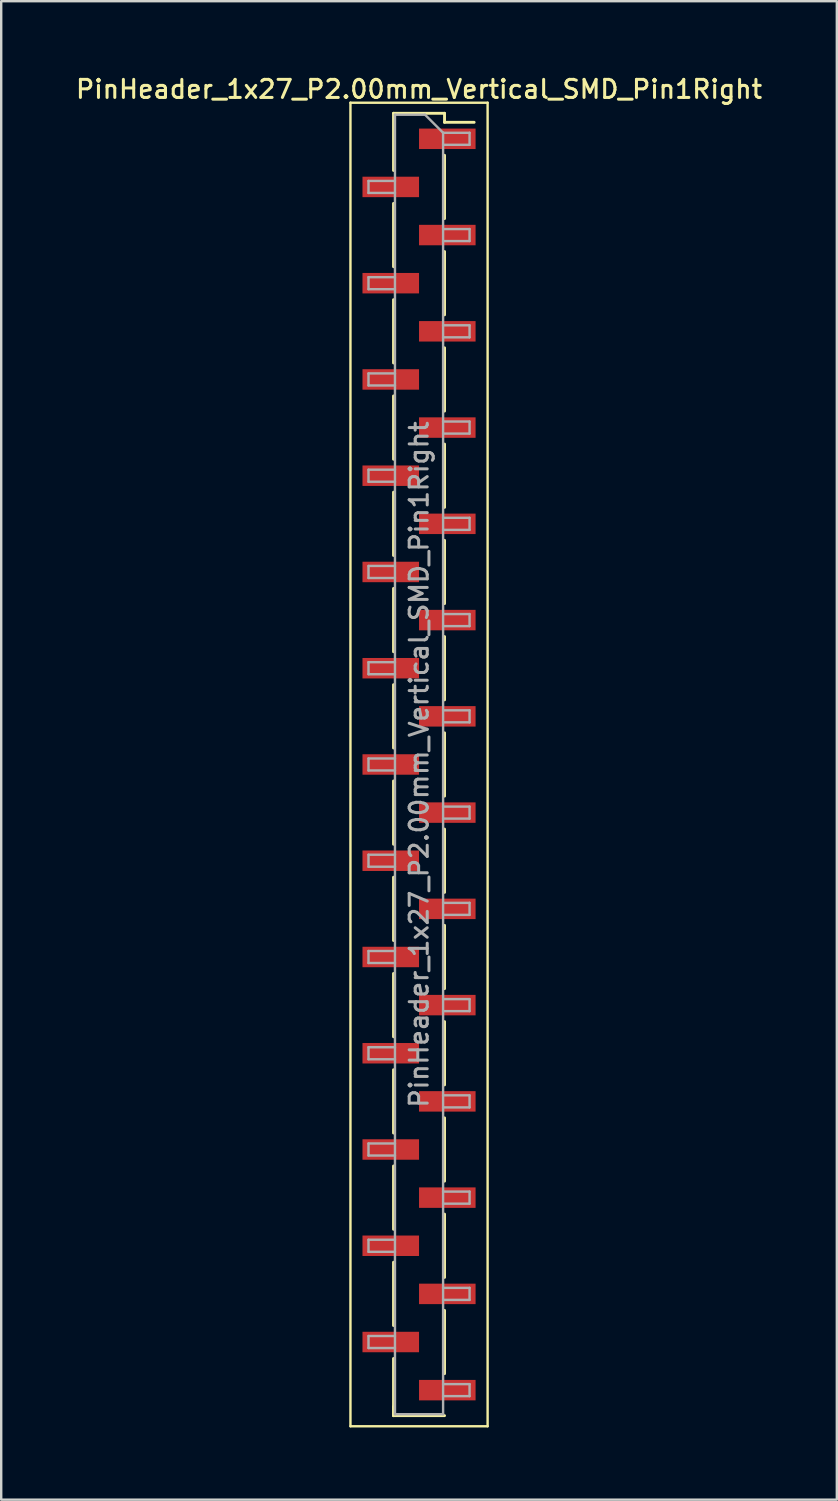
<source format=kicad_pcb>
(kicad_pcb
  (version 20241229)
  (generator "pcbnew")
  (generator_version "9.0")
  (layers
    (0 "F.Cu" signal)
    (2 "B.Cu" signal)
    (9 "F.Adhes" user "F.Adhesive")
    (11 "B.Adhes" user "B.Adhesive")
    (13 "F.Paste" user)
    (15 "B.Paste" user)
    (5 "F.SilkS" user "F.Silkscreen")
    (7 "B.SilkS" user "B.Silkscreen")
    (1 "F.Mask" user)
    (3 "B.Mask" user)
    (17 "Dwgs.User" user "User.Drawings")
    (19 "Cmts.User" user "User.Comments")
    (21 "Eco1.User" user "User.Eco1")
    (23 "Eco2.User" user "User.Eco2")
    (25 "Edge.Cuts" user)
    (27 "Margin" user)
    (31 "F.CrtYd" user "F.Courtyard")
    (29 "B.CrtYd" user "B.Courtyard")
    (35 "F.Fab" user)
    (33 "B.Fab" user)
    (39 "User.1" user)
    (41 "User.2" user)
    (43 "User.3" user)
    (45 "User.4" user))
  (footprint "PinHeader_1x27_P2.00mm_Vertical_SMD_Pin1Right"
    (layer "F.Cu")
    (at 14.363 28.718)
    (property "Reference" "PinHeader_1x27_P2.00mm_Vertical_SMD_Pin1Right" (at 0 -28.06 0) (layer "F.SilkS") (effects (font (size 0.75 0.75) (thickness 0.125))))
    (attr smd)
    (fp_line (start -2.85 -27.5) (end -2.85 27.5) (stroke (width 0.1) (type solid)) (layer "F.SilkS"))
    (fp_line (start -2.85 27.5) (end 2.85 27.5) (stroke (width 0.1) (type solid)) (layer "F.SilkS"))
    (fp_line (start -1.06 -27.06) (end -1.06 -24.685) (stroke (width 0.12) (type solid)) (layer "F.SilkS"))
    (fp_line (start -1.06 -27.06) (end 1.06 -27.06) (stroke (width 0.12) (type solid)) (layer "F.SilkS"))
    (fp_line (start -1.06 -23.315) (end -1.06 -20.685) (stroke (width 0.12) (type solid)) (layer "F.SilkS"))
    (fp_line (start -1.06 -19.315) (end -1.06 -16.685) (stroke (width 0.12) (type solid)) (layer "F.SilkS"))
    (fp_line (start -1.06 -15.315) (end -1.06 -12.685) (stroke (width 0.12) (type solid)) (layer "F.SilkS"))
    (fp_line (start -1.06 -11.315) (end -1.06 -8.685) (stroke (width 0.12) (type solid)) (layer "F.SilkS"))
    (fp_line (start -1.06 -7.315) (end -1.06 -4.685) (stroke (width 0.12) (type solid)) (layer "F.SilkS"))
    (fp_line (start -1.06 -3.315) (end -1.06 -0.685) (stroke (width 0.12) (type solid)) (layer "F.SilkS"))
    (fp_line (start -1.06 0.685) (end -1.06 3.315) (stroke (width 0.12) (type solid)) (layer "F.SilkS"))
    (fp_line (start -1.06 4.685) (end -1.06 7.315) (stroke (width 0.12) (type solid)) (layer "F.SilkS"))
    (fp_line (start -1.06 8.685) (end -1.06 11.315) (stroke (width 0.12) (type solid)) (layer "F.SilkS"))
    (fp_line (start -1.06 12.685) (end -1.06 15.315) (stroke (width 0.12) (type solid)) (layer "F.SilkS"))
    (fp_line (start -1.06 16.685) (end -1.06 19.315) (stroke (width 0.12) (type solid)) (layer "F.SilkS"))
    (fp_line (start -1.06 20.685) (end -1.06 23.315) (stroke (width 0.12) (type solid)) (layer "F.SilkS"))
    (fp_line (start -1.06 24.685) (end -1.06 27.06) (stroke (width 0.12) (type solid)) (layer "F.SilkS"))
    (fp_line (start -1.06 26.685) (end -1.06 27.06) (stroke (width 0.12) (type solid)) (layer "F.SilkS"))
    (fp_line (start -1.06 27.06) (end 1.06 27.06) (stroke (width 0.12) (type solid)) (layer "F.SilkS"))
    (fp_line (start 1.06 -27.06) (end 1.06 -26.685) (stroke (width 0.12) (type solid)) (layer "F.SilkS"))
    (fp_line (start 1.06 -26.685) (end 2.29 -26.685) (stroke (width 0.12) (type solid)) (layer "F.SilkS"))
    (fp_line (start 1.06 -25.315) (end 1.06 -22.685) (stroke (width 0.12) (type solid)) (layer "F.SilkS"))
    (fp_line (start 1.06 -21.315) (end 1.06 -18.685) (stroke (width 0.12) (type solid)) (layer "F.SilkS"))
    (fp_line (start 1.06 -17.315) (end 1.06 -14.685) (stroke (width 0.12) (type solid)) (layer "F.SilkS"))
    (fp_line (start 1.06 -13.315) (end 1.06 -10.685) (stroke (width 0.12) (type solid)) (layer "F.SilkS"))
    (fp_line (start 1.06 -9.315) (end 1.06 -6.685) (stroke (width 0.12) (type solid)) (layer "F.SilkS"))
    (fp_line (start 1.06 -5.315) (end 1.06 -2.685) (stroke (width 0.12) (type solid)) (layer "F.SilkS"))
    (fp_line (start 1.06 -1.315) (end 1.06 1.315) (stroke (width 0.12) (type solid)) (layer "F.SilkS"))
    (fp_line (start 1.06 2.685) (end 1.06 5.315) (stroke (width 0.12) (type solid)) (layer "F.SilkS"))
    (fp_line (start 1.06 6.685) (end 1.06 9.315) (stroke (width 0.12) (type solid)) (layer "F.SilkS"))
    (fp_line (start 1.06 10.685) (end 1.06 13.315) (stroke (width 0.12) (type solid)) (layer "F.SilkS"))
    (fp_line (start 1.06 14.685) (end 1.06 17.315) (stroke (width 0.12) (type solid)) (layer "F.SilkS"))
    (fp_line (start 1.06 18.685) (end 1.06 21.315) (stroke (width 0.12) (type solid)) (layer "F.SilkS"))
    (fp_line (start 1.06 22.685) (end 1.06 25.315) (stroke (width 0.12) (type solid)) (layer "F.SilkS"))
    (fp_line (start 2.85 -27.5) (end -2.85 -27.5) (stroke (width 0.1) (type solid)) (layer "F.SilkS"))
    (fp_line (start 2.85 27.5) (end 2.85 -27.5) (stroke (width 0.1) (type solid)) (layer "F.SilkS"))
    (fp_line (start -2.1 -24.25) (end -2.1 -23.75) (stroke (width 0.1) (type solid)) (layer "F.Fab"))
    (fp_line (start -2.1 -23.75) (end -1 -23.75) (stroke (width 0.1) (type solid)) (layer "F.Fab"))
    (fp_line (start -2.1 -20.25) (end -2.1 -19.75) (stroke (width 0.1) (type solid)) (layer "F.Fab"))
    (fp_line (start -2.1 -19.75) (end -1 -19.75) (stroke (width 0.1) (type solid)) (layer "F.Fab"))
    (fp_line (start -2.1 -16.25) (end -2.1 -15.75) (stroke (width 0.1) (type solid)) (layer "F.Fab"))
    (fp_line (start -2.1 -15.75) (end -1 -15.75) (stroke (width 0.1) (type solid)) (layer "F.Fab"))
    (fp_line (start -2.1 -12.25) (end -2.1 -11.75) (stroke (width 0.1) (type solid)) (layer "F.Fab"))
    (fp_line (start -2.1 -11.75) (end -1 -11.75) (stroke (width 0.1) (type solid)) (layer "F.Fab"))
    (fp_line (start -2.1 -8.25) (end -2.1 -7.75) (stroke (width 0.1) (type solid)) (layer "F.Fab"))
    (fp_line (start -2.1 -7.75) (end -1 -7.75) (stroke (width 0.1) (type solid)) (layer "F.Fab"))
    (fp_line (start -2.1 -4.25) (end -2.1 -3.75) (stroke (width 0.1) (type solid)) (layer "F.Fab"))
    (fp_line (start -2.1 -3.75) (end -1 -3.75) (stroke (width 0.1) (type solid)) (layer "F.Fab"))
    (fp_line (start -2.1 -0.25) (end -2.1 0.25) (stroke (width 0.1) (type solid)) (layer "F.Fab"))
    (fp_line (start -2.1 0.25) (end -1 0.25) (stroke (width 0.1) (type solid)) (layer "F.Fab"))
    (fp_line (start -2.1 3.75) (end -2.1 4.25) (stroke (width 0.1) (type solid)) (layer "F.Fab"))
    (fp_line (start -2.1 4.25) (end -1 4.25) (stroke (width 0.1) (type solid)) (layer "F.Fab"))
    (fp_line (start -2.1 7.75) (end -2.1 8.25) (stroke (width 0.1) (type solid)) (layer "F.Fab"))
    (fp_line (start -2.1 8.25) (end -1 8.25) (stroke (width 0.1) (type solid)) (layer "F.Fab"))
    (fp_line (start -2.1 11.75) (end -2.1 12.25) (stroke (width 0.1) (type solid)) (layer "F.Fab"))
    (fp_line (start -2.1 12.25) (end -1 12.25) (stroke (width 0.1) (type solid)) (layer "F.Fab"))
    (fp_line (start -2.1 15.75) (end -2.1 16.25) (stroke (width 0.1) (type solid)) (layer "F.Fab"))
    (fp_line (start -2.1 16.25) (end -1 16.25) (stroke (width 0.1) (type solid)) (layer "F.Fab"))
    (fp_line (start -2.1 19.75) (end -2.1 20.25) (stroke (width 0.1) (type solid)) (layer "F.Fab"))
    (fp_line (start -2.1 20.25) (end -1 20.25) (stroke (width 0.1) (type solid)) (layer "F.Fab"))
    (fp_line (start -2.1 23.75) (end -2.1 24.25) (stroke (width 0.1) (type solid)) (layer "F.Fab"))
    (fp_line (start -2.1 24.25) (end -1 24.25) (stroke (width 0.1) (type solid)) (layer "F.Fab"))
    (fp_line (start -1 -27) (end -1 27) (stroke (width 0.1) (type solid)) (layer "F.Fab"))
    (fp_line (start -1 -27) (end 0.25 -27) (stroke (width 0.1) (type solid)) (layer "F.Fab"))
    (fp_line (start -1 -24.25) (end -2.1 -24.25) (stroke (width 0.1) (type solid)) (layer "F.Fab"))
    (fp_line (start -1 -20.25) (end -2.1 -20.25) (stroke (width 0.1) (type solid)) (layer "F.Fab"))
    (fp_line (start -1 -16.25) (end -2.1 -16.25) (stroke (width 0.1) (type solid)) (layer "F.Fab"))
    (fp_line (start -1 -12.25) (end -2.1 -12.25) (stroke (width 0.1) (type solid)) (layer "F.Fab"))
    (fp_line (start -1 -8.25) (end -2.1 -8.25) (stroke (width 0.1) (type solid)) (layer "F.Fab"))
    (fp_line (start -1 -4.25) (end -2.1 -4.25) (stroke (width 0.1) (type solid)) (layer "F.Fab"))
    (fp_line (start -1 -0.25) (end -2.1 -0.25) (stroke (width 0.1) (type solid)) (layer "F.Fab"))
    (fp_line (start -1 3.75) (end -2.1 3.75) (stroke (width 0.1) (type solid)) (layer "F.Fab"))
    (fp_line (start -1 7.75) (end -2.1 7.75) (stroke (width 0.1) (type solid)) (layer "F.Fab"))
    (fp_line (start -1 11.75) (end -2.1 11.75) (stroke (width 0.1) (type solid)) (layer "F.Fab"))
    (fp_line (start -1 15.75) (end -2.1 15.75) (stroke (width 0.1) (type solid)) (layer "F.Fab"))
    (fp_line (start -1 19.75) (end -2.1 19.75) (stroke (width 0.1) (type solid)) (layer "F.Fab"))
    (fp_line (start -1 23.75) (end -2.1 23.75) (stroke (width 0.1) (type solid)) (layer "F.Fab"))
    (fp_line (start 1 -26.25) (end 0.25 -27) (stroke (width 0.1) (type solid)) (layer "F.Fab"))
    (fp_line (start 1 -26.25) (end 2.1 -26.25) (stroke (width 0.1) (type solid)) (layer "F.Fab"))
    (fp_line (start 1 -22.25) (end 2.1 -22.25) (stroke (width 0.1) (type solid)) (layer "F.Fab"))
    (fp_line (start 1 -18.25) (end 2.1 -18.25) (stroke (width 0.1) (type solid)) (layer "F.Fab"))
    (fp_line (start 1 -14.25) (end 2.1 -14.25) (stroke (width 0.1) (type solid)) (layer "F.Fab"))
    (fp_line (start 1 -10.25) (end 2.1 -10.25) (stroke (width 0.1) (type solid)) (layer "F.Fab"))
    (fp_line (start 1 -6.25) (end 2.1 -6.25) (stroke (width 0.1) (type solid)) (layer "F.Fab"))
    (fp_line (start 1 -2.25) (end 2.1 -2.25) (stroke (width 0.1) (type solid)) (layer "F.Fab"))
    (fp_line (start 1 1.75) (end 2.1 1.75) (stroke (width 0.1) (type solid)) (layer "F.Fab"))
    (fp_line (start 1 5.75) (end 2.1 5.75) (stroke (width 0.1) (type solid)) (layer "F.Fab"))
    (fp_line (start 1 9.75) (end 2.1 9.75) (stroke (width 0.1) (type solid)) (layer "F.Fab"))
    (fp_line (start 1 13.75) (end 2.1 13.75) (stroke (width 0.1) (type solid)) (layer "F.Fab"))
    (fp_line (start 1 17.75) (end 2.1 17.75) (stroke (width 0.1) (type solid)) (layer "F.Fab"))
    (fp_line (start 1 21.75) (end 2.1 21.75) (stroke (width 0.1) (type solid)) (layer "F.Fab"))
    (fp_line (start 1 25.75) (end 2.1 25.75) (stroke (width 0.1) (type solid)) (layer "F.Fab"))
    (fp_line (start 1 27) (end -1 27) (stroke (width 0.1) (type solid)) (layer "F.Fab"))
    (fp_line (start 1 27) (end 1 -26.25) (stroke (width 0.1) (type solid)) (layer "F.Fab"))
    (fp_line (start 2.1 -26.25) (end 2.1 -25.75) (stroke (width 0.1) (type solid)) (layer "F.Fab"))
    (fp_line (start 2.1 -25.75) (end 1 -25.75) (stroke (width 0.1) (type solid)) (layer "F.Fab"))
    (fp_line (start 2.1 -22.25) (end 2.1 -21.75) (stroke (width 0.1) (type solid)) (layer "F.Fab"))
    (fp_line (start 2.1 -21.75) (end 1 -21.75) (stroke (width 0.1) (type solid)) (layer "F.Fab"))
    (fp_line (start 2.1 -18.25) (end 2.1 -17.75) (stroke (width 0.1) (type solid)) (layer "F.Fab"))
    (fp_line (start 2.1 -17.75) (end 1 -17.75) (stroke (width 0.1) (type solid)) (layer "F.Fab"))
    (fp_line (start 2.1 -14.25) (end 2.1 -13.75) (stroke (width 0.1) (type solid)) (layer "F.Fab"))
    (fp_line (start 2.1 -13.75) (end 1 -13.75) (stroke (width 0.1) (type solid)) (layer "F.Fab"))
    (fp_line (start 2.1 -10.25) (end 2.1 -9.75) (stroke (width 0.1) (type solid)) (layer "F.Fab"))
    (fp_line (start 2.1 -9.75) (end 1 -9.75) (stroke (width 0.1) (type solid)) (layer "F.Fab"))
    (fp_line (start 2.1 -6.25) (end 2.1 -5.75) (stroke (width 0.1) (type solid)) (layer "F.Fab"))
    (fp_line (start 2.1 -5.75) (end 1 -5.75) (stroke (width 0.1) (type solid)) (layer "F.Fab"))
    (fp_line (start 2.1 -2.25) (end 2.1 -1.75) (stroke (width 0.1) (type solid)) (layer "F.Fab"))
    (fp_line (start 2.1 -1.75) (end 1 -1.75) (stroke (width 0.1) (type solid)) (layer "F.Fab"))
    (fp_line (start 2.1 1.75) (end 2.1 2.25) (stroke (width 0.1) (type solid)) (layer "F.Fab"))
    (fp_line (start 2.1 2.25) (end 1 2.25) (stroke (width 0.1) (type solid)) (layer "F.Fab"))
    (fp_line (start 2.1 5.75) (end 2.1 6.25) (stroke (width 0.1) (type solid)) (layer "F.Fab"))
    (fp_line (start 2.1 6.25) (end 1 6.25) (stroke (width 0.1) (type solid)) (layer "F.Fab"))
    (fp_line (start 2.1 9.75) (end 2.1 10.25) (stroke (width 0.1) (type solid)) (layer "F.Fab"))
    (fp_line (start 2.1 10.25) (end 1 10.25) (stroke (width 0.1) (type solid)) (layer "F.Fab"))
    (fp_line (start 2.1 13.75) (end 2.1 14.25) (stroke (width 0.1) (type solid)) (layer "F.Fab"))
    (fp_line (start 2.1 14.25) (end 1 14.25) (stroke (width 0.1) (type solid)) (layer "F.Fab"))
    (fp_line (start 2.1 17.75) (end 2.1 18.25) (stroke (width 0.1) (type solid)) (layer "F.Fab"))
    (fp_line (start 2.1 18.25) (end 1 18.25) (stroke (width 0.1) (type solid)) (layer "F.Fab"))
    (fp_line (start 2.1 21.75) (end 2.1 22.25) (stroke (width 0.1) (type solid)) (layer "F.Fab"))
    (fp_line (start 2.1 22.25) (end 1 22.25) (stroke (width 0.1) (type solid)) (layer "F.Fab"))
    (fp_line (start 2.1 25.75) (end 2.1 26.25) (stroke (width 0.1) (type solid)) (layer "F.Fab"))
    (fp_line (start 2.1 26.25) (end 1 26.25) (stroke (width 0.1) (type solid)) (layer "F.Fab"))
    (fp_text user "${REFERENCE}" (at 0 0 90) (layer "F.Fab") (effects (font (size 0.75 0.75) (thickness 0.125))))
    (pad "1" smd rect (at 1.175 -26) (size 2.35 0.85) (layers "F.Cu" "F.Mask" "F.Paste"))
    (pad "2" smd rect (at -1.175 -24) (size 2.35 0.85) (layers "F.Cu" "F.Mask" "F.Paste"))
    (pad "3" smd rect (at 1.175 -22) (size 2.35 0.85) (layers "F.Cu" "F.Mask" "F.Paste"))
    (pad "4" smd rect (at -1.175 -20) (size 2.35 0.85) (layers "F.Cu" "F.Mask" "F.Paste"))
    (pad "5" smd rect (at 1.175 -18) (size 2.35 0.85) (layers "F.Cu" "F.Mask" "F.Paste"))
    (pad "6" smd rect (at -1.175 -16) (size 2.35 0.85) (layers "F.Cu" "F.Mask" "F.Paste"))
    (pad "7" smd rect (at 1.175 -14) (size 2.35 0.85) (layers "F.Cu" "F.Mask" "F.Paste"))
    (pad "8" smd rect (at -1.175 -12) (size 2.35 0.85) (layers "F.Cu" "F.Mask" "F.Paste"))
    (pad "9" smd rect (at 1.175 -10) (size 2.35 0.85) (layers "F.Cu" "F.Mask" "F.Paste"))
    (pad "10" smd rect (at -1.175 -8) (size 2.35 0.85) (layers "F.Cu" "F.Mask" "F.Paste"))
    (pad "11" smd rect (at 1.175 -6) (size 2.35 0.85) (layers "F.Cu" "F.Mask" "F.Paste"))
    (pad "12" smd rect (at -1.175 -4) (size 2.35 0.85) (layers "F.Cu" "F.Mask" "F.Paste"))
    (pad "13" smd rect (at 1.175 -2) (size 2.35 0.85) (layers "F.Cu" "F.Mask" "F.Paste"))
    (pad "14" smd rect (at -1.175 0) (size 2.35 0.85) (layers "F.Cu" "F.Mask" "F.Paste"))
    (pad "15" smd rect (at 1.175 2) (size 2.35 0.85) (layers "F.Cu" "F.Mask" "F.Paste"))
    (pad "16" smd rect (at -1.175 4) (size 2.35 0.85) (layers "F.Cu" "F.Mask" "F.Paste"))
    (pad "17" smd rect (at 1.175 6) (size 2.35 0.85) (layers "F.Cu" "F.Mask" "F.Paste"))
    (pad "18" smd rect (at -1.175 8) (size 2.35 0.85) (layers "F.Cu" "F.Mask" "F.Paste"))
    (pad "19" smd rect (at 1.175 10) (size 2.35 0.85) (layers "F.Cu" "F.Mask" "F.Paste"))
    (pad "20" smd rect (at -1.175 12) (size 2.35 0.85) (layers "F.Cu" "F.Mask" "F.Paste"))
    (pad "21" smd rect (at 1.175 14) (size 2.35 0.85) (layers "F.Cu" "F.Mask" "F.Paste"))
    (pad "22" smd rect (at -1.175 16) (size 2.35 0.85) (layers "F.Cu" "F.Mask" "F.Paste"))
    (pad "23" smd rect (at 1.175 18) (size 2.35 0.85) (layers "F.Cu" "F.Mask" "F.Paste"))
    (pad "24" smd rect (at -1.175 20) (size 2.35 0.85) (layers "F.Cu" "F.Mask" "F.Paste"))
    (pad "25" smd rect (at 1.175 22) (size 2.35 0.85) (layers "F.Cu" "F.Mask" "F.Paste"))
    (pad "26" smd rect (at -1.175 24) (size 2.35 0.85) (layers "F.Cu" "F.Mask" "F.Paste"))
    (pad "27" smd rect (at 1.175 26) (size 2.35 0.85) (layers "F.Cu" "F.Mask" "F.Paste")))
  (gr_rect
    (start -3 -3)
    (end 31.725 59.268)
    (stroke (width 0.1) (type default))
    (fill no)
    (layer "Edge.Cuts")))
</source>
